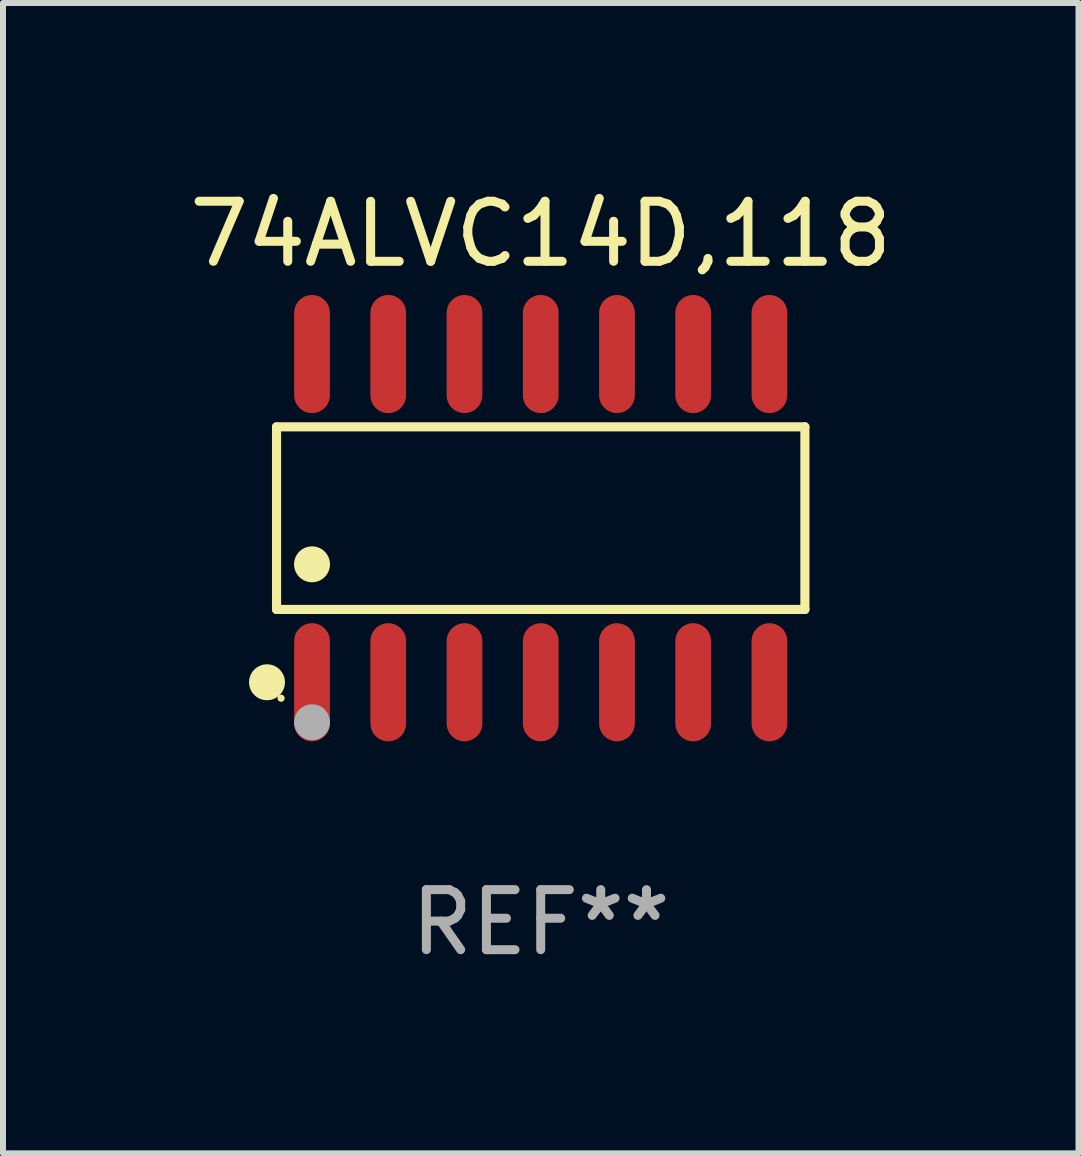
<source format=kicad_pcb>
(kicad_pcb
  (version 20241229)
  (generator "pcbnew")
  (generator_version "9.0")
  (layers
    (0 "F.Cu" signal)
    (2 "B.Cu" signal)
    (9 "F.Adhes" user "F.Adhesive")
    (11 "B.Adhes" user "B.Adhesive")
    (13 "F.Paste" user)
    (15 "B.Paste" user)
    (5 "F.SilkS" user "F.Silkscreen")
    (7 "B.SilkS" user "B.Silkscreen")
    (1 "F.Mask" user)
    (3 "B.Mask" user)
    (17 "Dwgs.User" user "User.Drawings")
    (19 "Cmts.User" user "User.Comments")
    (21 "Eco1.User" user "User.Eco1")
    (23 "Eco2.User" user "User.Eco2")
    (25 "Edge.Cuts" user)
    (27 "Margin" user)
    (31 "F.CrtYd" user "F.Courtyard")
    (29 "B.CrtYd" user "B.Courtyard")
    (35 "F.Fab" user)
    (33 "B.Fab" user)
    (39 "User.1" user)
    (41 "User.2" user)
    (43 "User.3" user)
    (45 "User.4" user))
  (footprint "74ALVC14D,118"
    (layer "F.Cu")
    (at 5.958 5.582)
    (property "Reference" "74ALVC14D,118" (at 0 -4.734 0) (layer "F.SilkS") (effects (font (size 1 1) (thickness 0.15))))
    (attr through_hole)
    (fp_line (start -4.401 -1.521) (end 4.401 -1.521) (stroke (width 0.152) (type solid)) (layer "F.SilkS"))
    (fp_line (start -4.401 1.521) (end -4.401 -1.521) (stroke (width 0.152) (type solid)) (layer "F.SilkS"))
    (fp_line (start 4.401 -1.521) (end 4.401 1.521) (stroke (width 0.152) (type solid)) (layer "F.SilkS"))
    (fp_line (start 4.401 1.521) (end -4.401 1.521) (stroke (width 0.152) (type solid)) (layer "F.SilkS"))
    (fp_circle (center -4.56 2.734) (end -4.41 2.734) (stroke (width 0.3) (type solid)) (fill no) (layer "F.SilkS"))
    (fp_circle (center -4.325 3) (end -4.295 3) (stroke (width 0.06) (type solid)) (fill no) (layer "F.SilkS"))
    (fp_circle (center -3.81 0.769) (end -3.66 0.769) (stroke (width 0.3) (type solid)) (fill no) (layer "F.SilkS"))
    (fp_circle (center -3.81 3.4) (end -3.66 3.4) (stroke (width 0.3) (type solid)) (fill no) (layer "F.Fab"))
    (fp_text user "REF**" (at 0 6.734 0) (layer "F.Fab") (effects (font (size 1 1) (thickness 0.15))))
    (pad "1" smd oval (at -3.81 2.734) (size 0.595 1.968) (layers "F.Cu" "F.Mask" "F.Paste"))
    (pad "2" smd oval (at -2.54 2.734) (size 0.595 1.968) (layers "F.Cu" "F.Mask" "F.Paste"))
    (pad "3" smd oval (at -1.27 2.734) (size 0.595 1.968) (layers "F.Cu" "F.Mask" "F.Paste"))
    (pad "4" smd oval (at 0 2.734) (size 0.595 1.968) (layers "F.Cu" "F.Mask" "F.Paste"))
    (pad "5" smd oval (at 1.27 2.734) (size 0.595 1.968) (layers "F.Cu" "F.Mask" "F.Paste"))
    (pad "6" smd oval (at 2.54 2.734) (size 0.595 1.968) (layers "F.Cu" "F.Mask" "F.Paste"))
    (pad "7" smd oval (at 3.81 2.734) (size 0.595 1.968) (layers "F.Cu" "F.Mask" "F.Paste"))
    (pad "8" smd oval (at 3.81 -2.734) (size 0.595 1.968) (layers "F.Cu" "F.Mask" "F.Paste"))
    (pad "9" smd oval (at 2.54 -2.734) (size 0.595 1.968) (layers "F.Cu" "F.Mask" "F.Paste"))
    (pad "10" smd oval (at 1.27 -2.734) (size 0.595 1.968) (layers "F.Cu" "F.Mask" "F.Paste"))
    (pad "11" smd oval (at 0 -2.734) (size 0.595 1.968) (layers "F.Cu" "F.Mask" "F.Paste"))
    (pad "12" smd oval (at -1.27 -2.734) (size 0.595 1.968) (layers "F.Cu" "F.Mask" "F.Paste"))
    (pad "13" smd oval (at -2.54 -2.734) (size 0.595 1.968) (layers "F.Cu" "F.Mask" "F.Paste"))
    (pad "14" smd oval (at -3.81 -2.734) (size 0.595 1.968) (layers "F.Cu" "F.Mask" "F.Paste")))
  (gr_rect
    (start -3 -3)
    (end 14.917 16.164)
    (stroke (width 0.1) (type default))
    (fill no)
    (layer "Edge.Cuts")))
</source>
